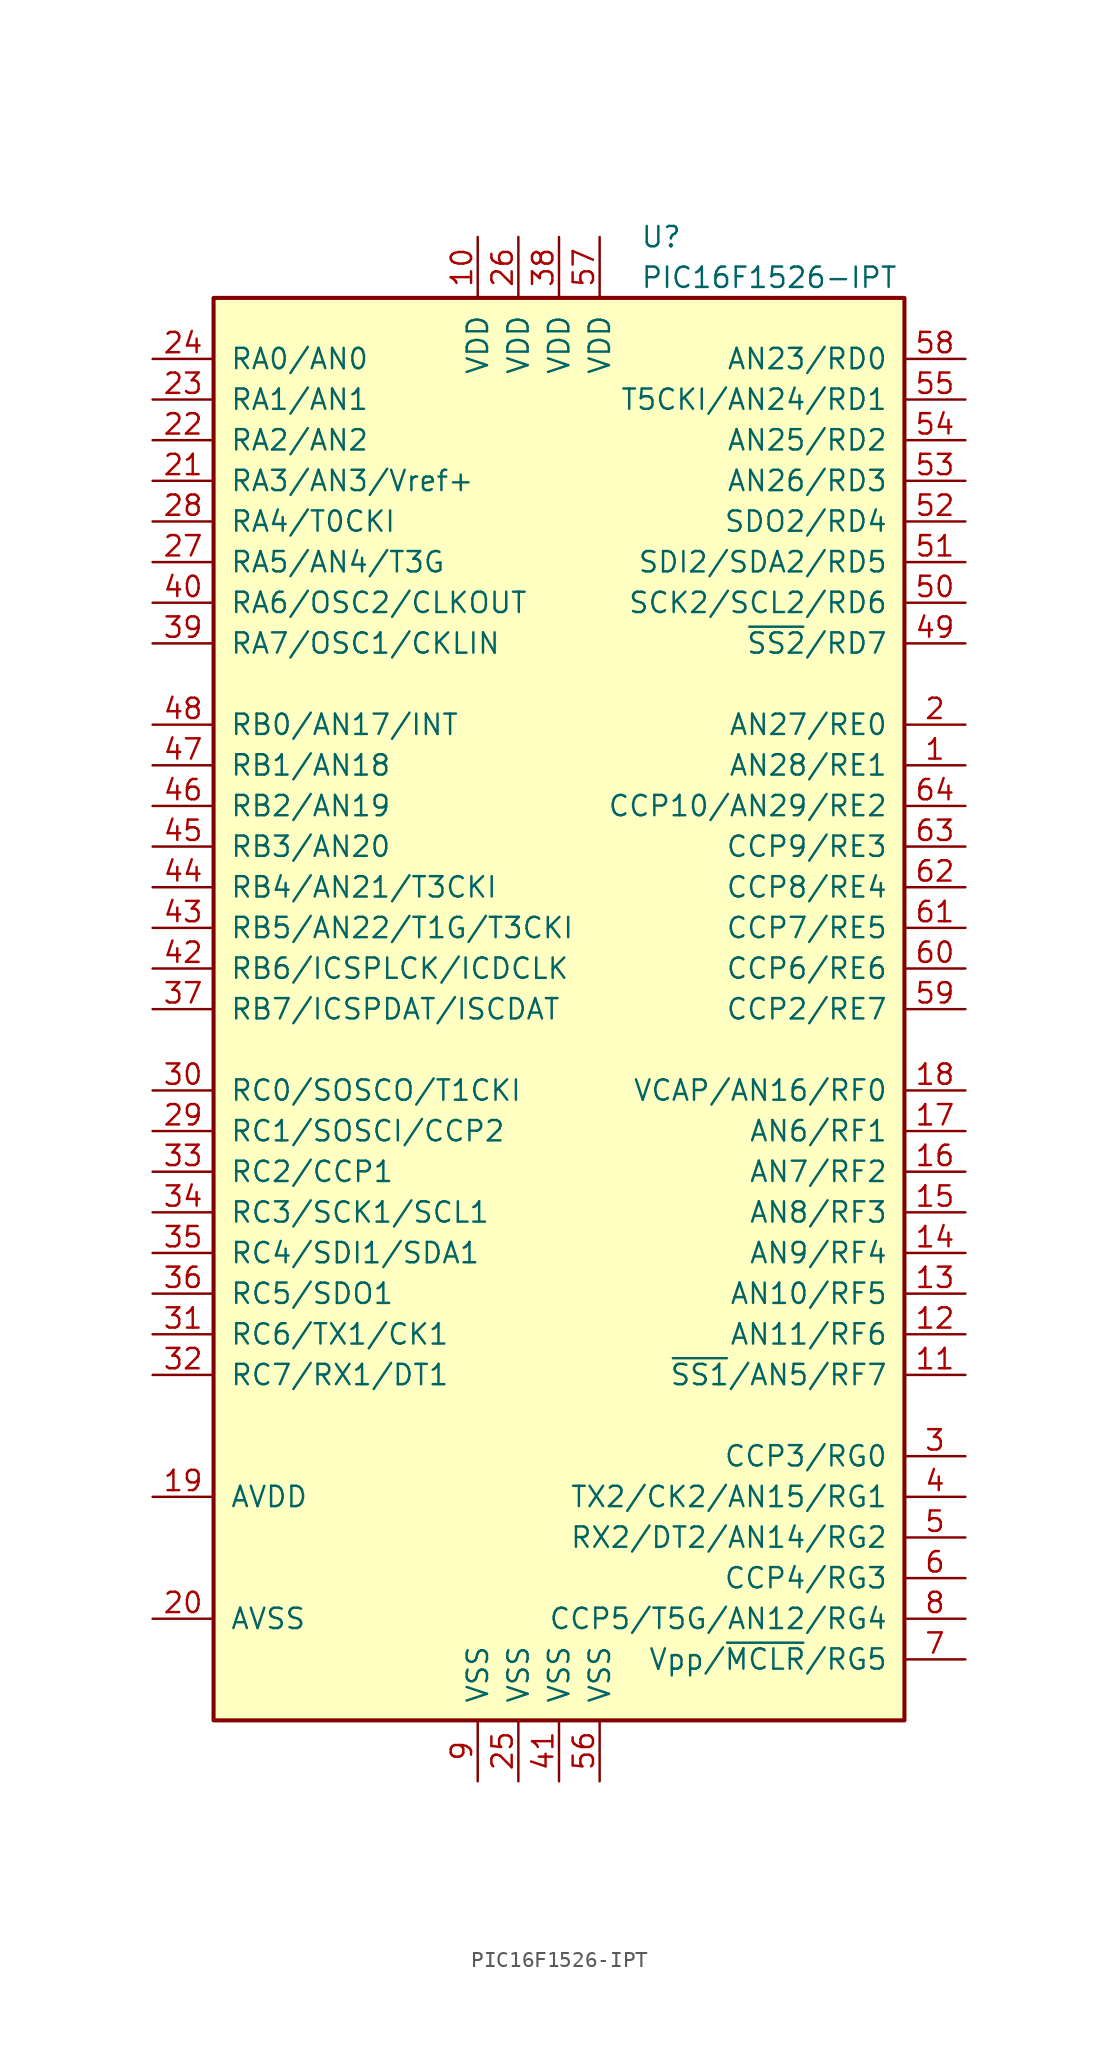
<source format=kicad_sym>
(kicad_symbol_lib
  (version 20241209)
  (generator "kicad_symbol_editor")
  (generator_version "9.0")
  (symbol "PIC16F1526-IPT"
    (pin_names
      (offset 1.016))
    (property "Reference" "U"
      (at 5.08 48.26 0)
      (effects (font (size 1.27 1.27)) (justify left)))
    (property "Value" "PIC16F1526-IPT"
      (at 5.08 45.72 0)
      (effects (font (size 1.27 1.27)) (justify left)))
    (symbol "PIC16F1526-IPT_0_1"
      (rectangle (start -21.59 44.45) (end 21.59 -44.45) (stroke (width 0.254) (type default)) (fill (type background))))
    (symbol "PIC16F1526-IPT_1_1"
      (pin bidirectional line (at -25.4 40.64 0) (length 3.81) (name "RA0/AN0" (effects (font (size 1.27 1.27)))) (number "24" (effects (font (size 1.27 1.27)))))
      (pin bidirectional line (at -25.4 38.1 0) (length 3.81) (name "RA1/AN1" (effects (font (size 1.27 1.27)))) (number "23" (effects (font (size 1.27 1.27)))))
      (pin bidirectional line (at -25.4 35.56 0) (length 3.81) (name "RA2/AN2" (effects (font (size 1.27 1.27)))) (number "22" (effects (font (size 1.27 1.27)))))
      (pin bidirectional line (at -25.4 33.02 0) (length 3.81) (name "RA3/AN3/Vref+" (effects (font (size 1.27 1.27)))) (number "21" (effects (font (size 1.27 1.27)))))
      (pin bidirectional line (at -25.4 30.48 0) (length 3.81) (name "RA4/T0CKI" (effects (font (size 1.27 1.27)))) (number "28" (effects (font (size 1.27 1.27)))))
      (pin bidirectional line (at -25.4 27.94 0) (length 3.81) (name "RA5/AN4/T3G" (effects (font (size 1.27 1.27)))) (number "27" (effects (font (size 1.27 1.27)))))
      (pin bidirectional line (at -25.4 25.4 0) (length 3.81) (name "RA6/OSC2/CLKOUT" (effects (font (size 1.27 1.27)))) (number "40" (effects (font (size 1.27 1.27)))))
      (pin bidirectional line (at -25.4 22.86 0) (length 3.81) (name "RA7/OSC1/CKLIN" (effects (font (size 1.27 1.27)))) (number "39" (effects (font (size 1.27 1.27)))))
      (pin bidirectional line (at -25.4 17.78 0) (length 3.81) (name "RB0/AN17/INT" (effects (font (size 1.27 1.27)))) (number "48" (effects (font (size 1.27 1.27)))))
      (pin bidirectional line (at -25.4 15.24 0) (length 3.81) (name "RB1/AN18" (effects (font (size 1.27 1.27)))) (number "47" (effects (font (size 1.27 1.27)))))
      (pin bidirectional line (at -25.4 12.7 0) (length 3.81) (name "RB2/AN19" (effects (font (size 1.27 1.27)))) (number "46" (effects (font (size 1.27 1.27)))))
      (pin bidirectional line (at -25.4 10.16 0) (length 3.81) (name "RB3/AN20" (effects (font (size 1.27 1.27)))) (number "45" (effects (font (size 1.27 1.27)))))
      (pin bidirectional line (at -25.4 7.62 0) (length 3.81) (name "RB4/AN21/T3CKI" (effects (font (size 1.27 1.27)))) (number "44" (effects (font (size 1.27 1.27)))))
      (pin bidirectional line (at -25.4 5.08 0) (length 3.81) (name "RB5/AN22/T1G/T3CKI" (effects (font (size 1.27 1.27)))) (number "43" (effects (font (size 1.27 1.27)))))
      (pin bidirectional line (at -25.4 2.54 0) (length 3.81) (name "RB6/ICSPLCK/ICDCLK" (effects (font (size 1.27 1.27)))) (number "42" (effects (font (size 1.27 1.27)))))
      (pin bidirectional line (at -25.4 0 0) (length 3.81) (name "RB7/ICSPDAT/ISCDAT" (effects (font (size 1.27 1.27)))) (number "37" (effects (font (size 1.27 1.27)))))
      (pin bidirectional line (at -25.4 -5.08 0) (length 3.81) (name "RC0/SOSCO/T1CKI" (effects (font (size 1.27 1.27)))) (number "30" (effects (font (size 1.27 1.27)))))
      (pin bidirectional line (at -25.4 -7.62 0) (length 3.81) (name "RC1/SOSCI/CCP2" (effects (font (size 1.27 1.27)))) (number "29" (effects (font (size 1.27 1.27)))))
      (pin bidirectional line (at -25.4 -10.16 0) (length 3.81) (name "RC2/CCP1" (effects (font (size 1.27 1.27)))) (number "33" (effects (font (size 1.27 1.27)))))
      (pin bidirectional line (at -25.4 -12.7 0) (length 3.81) (name "RC3/SCK1/SCL1" (effects (font (size 1.27 1.27)))) (number "34" (effects (font (size 1.27 1.27)))))
      (pin bidirectional line (at -25.4 -15.24 0) (length 3.81) (name "RC4/SDI1/SDA1" (effects (font (size 1.27 1.27)))) (number "35" (effects (font (size 1.27 1.27)))))
      (pin bidirectional line (at -25.4 -17.78 0) (length 3.81) (name "RC5/SDO1" (effects (font (size 1.27 1.27)))) (number "36" (effects (font (size 1.27 1.27)))))
      (pin bidirectional line (at -25.4 -20.32 0) (length 3.81) (name "RC6/TX1/CK1" (effects (font (size 1.27 1.27)))) (number "31" (effects (font (size 1.27 1.27)))))
      (pin bidirectional line (at -25.4 -22.86 0) (length 3.81) (name "RC7/RX1/DT1" (effects (font (size 1.27 1.27)))) (number "32" (effects (font (size 1.27 1.27)))))
      (pin power_in line (at -25.4 -30.48 0) (length 3.81) (name "AVDD" (effects (font (size 1.27 1.27)))) (number "19" (effects (font (size 1.27 1.27)))))
      (pin power_in line (at -25.4 -38.1 0) (length 3.81) (name "AVSS" (effects (font (size 1.27 1.27)))) (number "20" (effects (font (size 1.27 1.27)))))
      (pin power_in line (at -5.08 48.26 270) (length 3.81) (name "VDD" (effects (font (size 1.27 1.27)))) (number "10" (effects (font (size 1.27 1.27)))))
      (pin power_in line (at -5.08 -48.26 90) (length 3.81) (name "VSS" (effects (font (size 1.27 1.27)))) (number "9" (effects (font (size 1.27 1.27)))))
      (pin power_in line (at -2.54 48.26 270) (length 3.81) (name "VDD" (effects (font (size 1.27 1.27)))) (number "26" (effects (font (size 1.27 1.27)))))
      (pin power_in line (at -2.54 -48.26 90) (length 3.81) (name "VSS" (effects (font (size 1.27 1.27)))) (number "25" (effects (font (size 1.27 1.27)))))
      (pin power_in line (at 0 48.26 270) (length 3.81) (name "VDD" (effects (font (size 1.27 1.27)))) (number "38" (effects (font (size 1.27 1.27)))))
      (pin power_in line (at 0 -48.26 90) (length 3.81) (name "VSS" (effects (font (size 1.27 1.27)))) (number "41" (effects (font (size 1.27 1.27)))))
      (pin power_in line (at 2.54 48.26 270) (length 3.81) (name "VDD" (effects (font (size 1.27 1.27)))) (number "57" (effects (font (size 1.27 1.27)))))
      (pin power_in line (at 2.54 -48.26 90) (length 3.81) (name "VSS" (effects (font (size 1.27 1.27)))) (number "56" (effects (font (size 1.27 1.27)))))
      (pin bidirectional line (at 25.4 40.64 180) (length 3.81) (name "AN23/RD0" (effects (font (size 1.27 1.27)))) (number "58" (effects (font (size 1.27 1.27)))))
      (pin bidirectional line (at 25.4 38.1 180) (length 3.81) (name "T5CKI/AN24/RD1" (effects (font (size 1.27 1.27)))) (number "55" (effects (font (size 1.27 1.27)))))
      (pin bidirectional line (at 25.4 35.56 180) (length 3.81) (name "AN25/RD2" (effects (font (size 1.27 1.27)))) (number "54" (effects (font (size 1.27 1.27)))))
      (pin bidirectional line (at 25.4 33.02 180) (length 3.81) (name "AN26/RD3" (effects (font (size 1.27 1.27)))) (number "53" (effects (font (size 1.27 1.27)))))
      (pin bidirectional line (at 25.4 30.48 180) (length 3.81) (name "SDO2/RD4" (effects (font (size 1.27 1.27)))) (number "52" (effects (font (size 1.27 1.27)))))
      (pin bidirectional line (at 25.4 27.94 180) (length 3.81) (name "SDI2/SDA2/RD5" (effects (font (size 1.27 1.27)))) (number "51" (effects (font (size 1.27 1.27)))))
      (pin bidirectional line (at 25.4 25.4 180) (length 3.81) (name "SCK2/SCL2/RD6" (effects (font (size 1.27 1.27)))) (number "50" (effects (font (size 1.27 1.27)))))
      (pin bidirectional line (at 25.4 22.86 180) (length 3.81) (name "~{SS2}/RD7" (effects (font (size 1.27 1.27)))) (number "49" (effects (font (size 1.27 1.27)))))
      (pin bidirectional line (at 25.4 17.78 180) (length 3.81) (name "AN27/RE0" (effects (font (size 1.27 1.27)))) (number "2" (effects (font (size 1.27 1.27)))))
      (pin bidirectional line (at 25.4 15.24 180) (length 3.81) (name "AN28/RE1" (effects (font (size 1.27 1.27)))) (number "1" (effects (font (size 1.27 1.27)))))
      (pin bidirectional line (at 25.4 12.7 180) (length 3.81) (name "CCP10/AN29/RE2" (effects (font (size 1.27 1.27)))) (number "64" (effects (font (size 1.27 1.27)))))
      (pin bidirectional line (at 25.4 10.16 180) (length 3.81) (name "CCP9/RE3" (effects (font (size 1.27 1.27)))) (number "63" (effects (font (size 1.27 1.27)))))
      (pin bidirectional line (at 25.4 7.62 180) (length 3.81) (name "CCP8/RE4" (effects (font (size 1.27 1.27)))) (number "62" (effects (font (size 1.27 1.27)))))
      (pin bidirectional line (at 25.4 5.08 180) (length 3.81) (name "CCP7/RE5" (effects (font (size 1.27 1.27)))) (number "61" (effects (font (size 1.27 1.27)))))
      (pin bidirectional line (at 25.4 2.54 180) (length 3.81) (name "CCP6/RE6" (effects (font (size 1.27 1.27)))) (number "60" (effects (font (size 1.27 1.27)))))
      (pin bidirectional line (at 25.4 0 180) (length 3.81) (name "CCP2/RE7" (effects (font (size 1.27 1.27)))) (number "59" (effects (font (size 1.27 1.27)))))
      (pin bidirectional line (at 25.4 -5.08 180) (length 3.81) (name "VCAP/AN16/RF0" (effects (font (size 1.27 1.27)))) (number "18" (effects (font (size 1.27 1.27)))))
      (pin bidirectional line (at 25.4 -7.62 180) (length 3.81) (name "AN6/RF1" (effects (font (size 1.27 1.27)))) (number "17" (effects (font (size 1.27 1.27)))))
      (pin bidirectional line (at 25.4 -10.16 180) (length 3.81) (name "AN7/RF2" (effects (font (size 1.27 1.27)))) (number "16" (effects (font (size 1.27 1.27)))))
      (pin bidirectional line (at 25.4 -12.7 180) (length 3.81) (name "AN8/RF3" (effects (font (size 1.27 1.27)))) (number "15" (effects (font (size 1.27 1.27)))))
      (pin bidirectional line (at 25.4 -15.24 180) (length 3.81) (name "AN9/RF4" (effects (font (size 1.27 1.27)))) (number "14" (effects (font (size 1.27 1.27)))))
      (pin bidirectional line (at 25.4 -17.78 180) (length 3.81) (name "AN10/RF5" (effects (font (size 1.27 1.27)))) (number "13" (effects (font (size 1.27 1.27)))))
      (pin bidirectional line (at 25.4 -20.32 180) (length 3.81) (name "AN11/RF6" (effects (font (size 1.27 1.27)))) (number "12" (effects (font (size 1.27 1.27)))))
      (pin bidirectional line (at 25.4 -22.86 180) (length 3.81) (name "~{SS1}/AN5/RF7" (effects (font (size 1.27 1.27)))) (number "11" (effects (font (size 1.27 1.27)))))
      (pin bidirectional line (at 25.4 -27.94 180) (length 3.81) (name "CCP3/RG0" (effects (font (size 1.27 1.27)))) (number "3" (effects (font (size 1.27 1.27)))))
      (pin bidirectional line (at 25.4 -30.48 180) (length 3.81) (name "TX2/CK2/AN15/RG1" (effects (font (size 1.27 1.27)))) (number "4" (effects (font (size 1.27 1.27)))))
      (pin bidirectional line (at 25.4 -33.02 180) (length 3.81) (name "RX2/DT2/AN14/RG2" (effects (font (size 1.27 1.27)))) (number "5" (effects (font (size 1.27 1.27)))))
      (pin bidirectional line (at 25.4 -35.56 180) (length 3.81) (name "CCP4/RG3" (effects (font (size 1.27 1.27)))) (number "6" (effects (font (size 1.27 1.27)))))
      (pin bidirectional line (at 25.4 -38.1 180) (length 3.81) (name "CCP5/T5G/AN12/RG4" (effects (font (size 1.27 1.27)))) (number "8" (effects (font (size 1.27 1.27)))))
      (pin input line (at 25.4 -40.64 180) (length 3.81) (name "Vpp/~{MCLR}/RG5" (effects (font (size 1.27 1.27)))) (number "7" (effects (font (size 1.27 1.27))))))))
</source>
